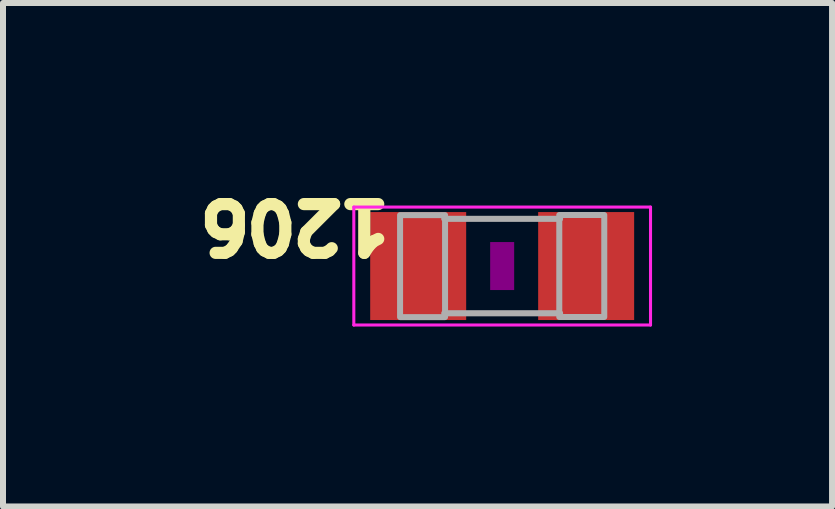
<source format=kicad_pcb>
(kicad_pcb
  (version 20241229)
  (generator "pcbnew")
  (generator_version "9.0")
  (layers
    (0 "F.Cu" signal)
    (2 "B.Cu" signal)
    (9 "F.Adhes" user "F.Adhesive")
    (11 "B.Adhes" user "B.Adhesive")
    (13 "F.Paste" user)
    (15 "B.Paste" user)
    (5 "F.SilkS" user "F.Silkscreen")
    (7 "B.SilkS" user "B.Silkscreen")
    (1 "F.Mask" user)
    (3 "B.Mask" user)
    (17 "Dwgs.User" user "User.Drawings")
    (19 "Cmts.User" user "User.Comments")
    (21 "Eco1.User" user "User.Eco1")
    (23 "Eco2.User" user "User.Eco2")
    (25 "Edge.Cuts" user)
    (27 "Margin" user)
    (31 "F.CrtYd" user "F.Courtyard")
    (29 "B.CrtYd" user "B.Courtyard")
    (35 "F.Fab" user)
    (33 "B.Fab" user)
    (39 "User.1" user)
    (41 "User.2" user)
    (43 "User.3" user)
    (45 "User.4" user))
  (footprint "1206"
    (layer "F.Cu")
    (at 5.321 1.385)
    (property "Reference" "1206" (at -1.778 -1.143 180) (unlocked yes) (layer "F.SilkS") (effects (font (size 0.813 0.813) (thickness 0.203)) (justify left bottom)))
    (fp_poly (pts (xy -0.2 0.4) (xy 0.2 0.4) (xy 0.2 -0.4) (xy -0.2 -0.4)) (stroke (width 0) (type default)) (fill yes) (layer "F.Adhes"))
    (fp_line (start -2.473 -0.983) (end 2.473 -0.983) (stroke (width 0.051) (type solid)) (layer "F.CrtYd"))
    (fp_line (start -2.473 0.983) (end -2.473 -0.983) (stroke (width 0.051) (type solid)) (layer "F.CrtYd"))
    (fp_line (start 2.473 -0.983) (end 2.473 0.983) (stroke (width 0.051) (type solid)) (layer "F.CrtYd"))
    (fp_line (start 2.473 0.983) (end -2.473 0.983) (stroke (width 0.051) (type solid)) (layer "F.CrtYd"))
    (fp_line (start -0.965 -0.787) (end 0.965 -0.787) (stroke (width 0.102) (type solid)) (layer "F.Fab"))
    (fp_line (start -0.965 0.787) (end 0.965 0.787) (stroke (width 0.102) (type solid)) (layer "F.Fab"))
    (fp_poly (pts (xy -1.702 0.851) (xy -0.952 0.851) (xy -0.952 -0.849) (xy -1.702 -0.849)) (stroke (width 0.1) (type default)) (fill no) (layer "F.Fab"))
    (fp_poly (pts (xy 0.952 0.849) (xy 1.702 0.849) (xy 1.702 -0.851) (xy 0.952 -0.851)) (stroke (width 0.1) (type default)) (fill no) (layer "F.Fab"))
    (pad "1" smd rect (at -1.4 0 180) (size 1.6 1.8) (layers "F.Cu" "F.Mask" "F.Paste"))
    (pad "2" smd rect (at 1.4 0 180) (size 1.6 1.8) (layers "F.Cu" "F.Mask" "F.Paste")))
  (gr_rect
    (start -3 -3)
    (end 10.82 5.393)
    (stroke (width 0.1) (type default))
    (fill no)
    (layer "Edge.Cuts")))
</source>
